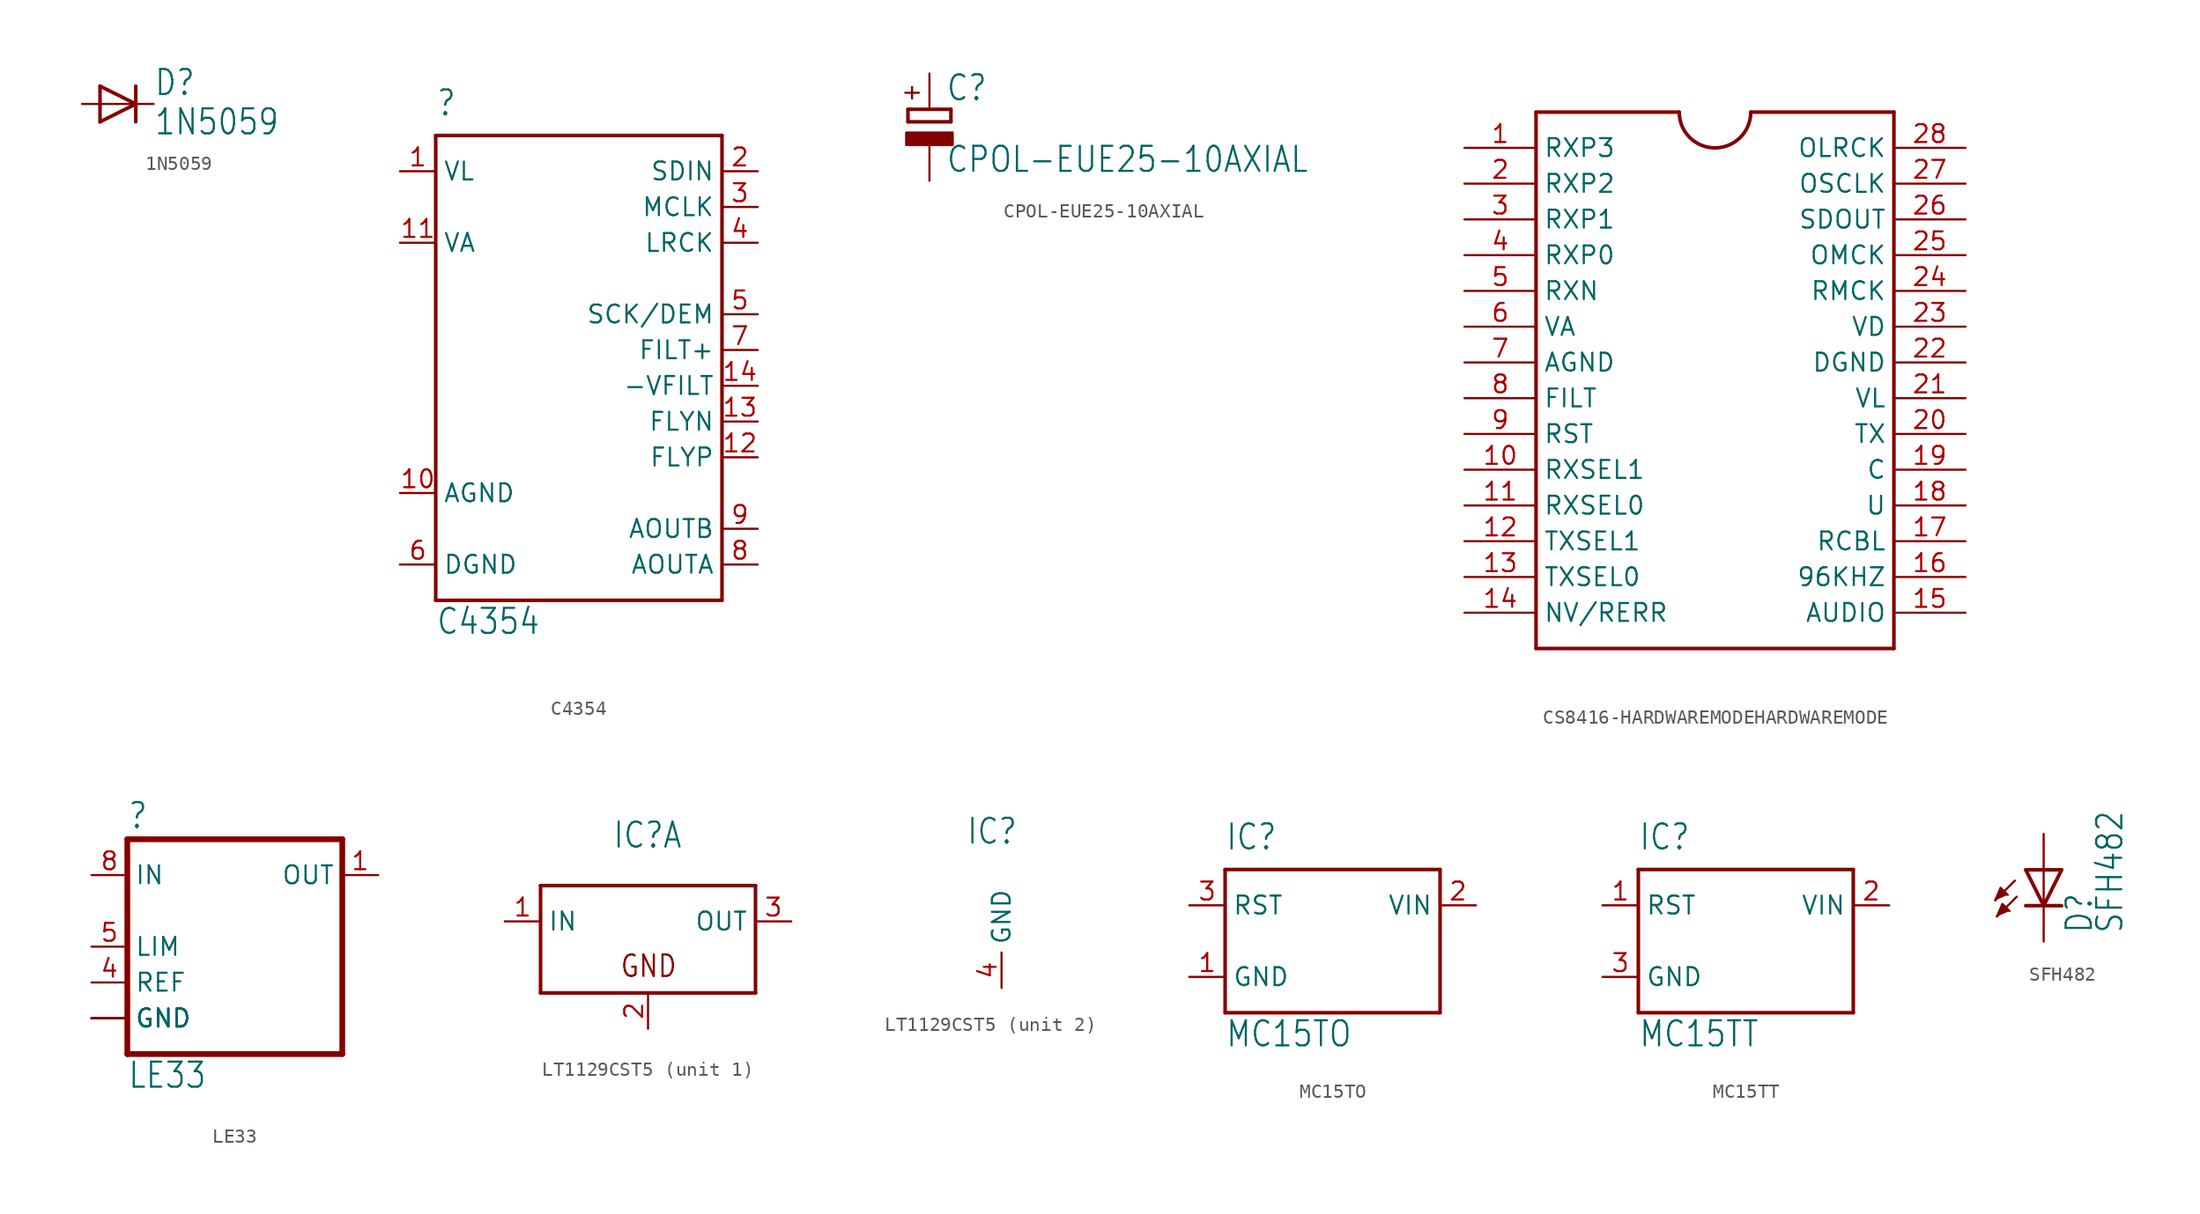
<source format=kicad_sym>
(kicad_symbol_lib
  (version 20211014)
  (generator kicad_symbol_editor)
  (symbol "1N5059"
    (property "Reference" "D"
      (at 2.54 0.483 0)
      (effects (font (size 1.778 1.511)) (justify left bottom)))
    (property "Value" "1N5059"
      (at 2.54 -2.311 0)
      (effects (font (size 1.778 1.511)) (justify left bottom)))
    (property "ki_locked" ""
      (at 0 0 0)
      (effects (font (size 1.27 1.27))))
    (symbol "1N5059_1_0"
      (polyline (pts (xy -1.27 -1.27) (xy 1.27 0)) (stroke (width 0.254) (type default) (color 0 0 0 0)) (fill (type none)))
      (polyline (pts (xy -1.27 1.27) (xy -1.27 -1.27)) (stroke (width 0.254) (type default) (color 0 0 0 0)) (fill (type none)))
      (polyline (pts (xy 1.27 0) (xy -1.27 1.27)) (stroke (width 0.254) (type default) (color 0 0 0 0)) (fill (type none)))
      (polyline (pts (xy 1.27 0) (xy 1.27 -1.27)) (stroke (width 0.254) (type default) (color 0 0 0 0)) (fill (type none)))
      (polyline (pts (xy 1.27 1.27) (xy 1.27 0)) (stroke (width 0.254) (type default) (color 0 0 0 0)) (fill (type none)))
      (pin passive line (at -2.54 0 0) (length 2.54) (name "A" (effects (font (size 0 0)))) (number "A" (effects (font (size 0 0)))))
      (pin passive line (at 2.54 0 180) (length 2.54) (name "C" (effects (font (size 0 0)))) (number "C" (effects (font (size 0 0)))))))
  (symbol "C4354"
    (property "Reference" ""
      (at -17.78 36.83 0)
      (effects (font (size 1.778 1.511)) (justify left bottom)))
    (property "Value" "C4354"
      (at -17.78 0 0)
      (effects (font (size 1.778 1.511)) (justify left bottom)))
    (property "ki_locked" ""
      (at 0 0 0)
      (effects (font (size 1.27 1.27))))
    (symbol "C4354_1_0"
      (polyline (pts (xy -17.78 2.54) (xy -17.78 35.56)) (stroke (width 0.254) (type default) (color 0 0 0 0)) (fill (type none)))
      (polyline (pts (xy -17.78 35.56) (xy 2.54 35.56)) (stroke (width 0.254) (type default) (color 0 0 0 0)) (fill (type none)))
      (polyline (pts (xy 2.54 2.54) (xy -17.78 2.54)) (stroke (width 0.254) (type default) (color 0 0 0 0)) (fill (type none)))
      (polyline (pts (xy 2.54 35.56) (xy 2.54 2.54)) (stroke (width 0.254) (type default) (color 0 0 0 0)) (fill (type none)))
      (pin power_in line (at -20.32 33.02 0) (length 2.54) (name "VL" (effects (font (size 1.27 1.27)))) (number "1" (effects (font (size 1.27 1.27)))))
      (pin power_in line (at -20.32 10.16 0) (length 2.54) (name "AGND" (effects (font (size 1.27 1.27)))) (number "10" (effects (font (size 1.27 1.27)))))
      (pin input line (at -20.32 27.94 0) (length 2.54) (name "VA" (effects (font (size 1.27 1.27)))) (number "11" (effects (font (size 1.27 1.27)))))
      (pin input line (at 5.08 12.7 180) (length 2.54) (name "FLYP" (effects (font (size 1.27 1.27)))) (number "12" (effects (font (size 1.27 1.27)))))
      (pin input line (at 5.08 15.24 180) (length 2.54) (name "FLYN" (effects (font (size 1.27 1.27)))) (number "13" (effects (font (size 1.27 1.27)))))
      (pin input line (at 5.08 17.78 180) (length 2.54) (name "-VFILT" (effects (font (size 1.27 1.27)))) (number "14" (effects (font (size 1.27 1.27)))))
      (pin output line (at 5.08 33.02 180) (length 2.54) (name "SDIN" (effects (font (size 1.27 1.27)))) (number "2" (effects (font (size 1.27 1.27)))))
      (pin bidirectional line (at 5.08 30.48 180) (length 2.54) (name "MCLK" (effects (font (size 1.27 1.27)))) (number "3" (effects (font (size 1.27 1.27)))))
      (pin bidirectional line (at 5.08 27.94 180) (length 2.54) (name "LRCK" (effects (font (size 1.27 1.27)))) (number "4" (effects (font (size 1.27 1.27)))))
      (pin input line (at 5.08 22.86 180) (length 2.54) (name "SCK/DEM" (effects (font (size 1.27 1.27)))) (number "5" (effects (font (size 1.27 1.27)))))
      (pin power_in line (at -20.32 5.08 0) (length 2.54) (name "DGND" (effects (font (size 1.27 1.27)))) (number "6" (effects (font (size 1.27 1.27)))))
      (pin input line (at 5.08 20.32 180) (length 2.54) (name "FILT+" (effects (font (size 1.27 1.27)))) (number "7" (effects (font (size 1.27 1.27)))))
      (pin bidirectional line (at 5.08 5.08 180) (length 2.54) (name "AOUTA" (effects (font (size 1.27 1.27)))) (number "8" (effects (font (size 1.27 1.27)))))
      (pin bidirectional line (at 5.08 7.62 180) (length 2.54) (name "AOUTB" (effects (font (size 1.27 1.27)))) (number "9" (effects (font (size 1.27 1.27)))))))
  (symbol "CPOL-EUE25-10AXIAL"
    (property "Reference" "C"
      (at 1.143 0.483 0)
      (effects (font (size 1.778 1.511)) (justify left bottom)))
    (property "Value" "CPOL-EUE25-10AXIAL"
      (at 1.143 -4.597 0)
      (effects (font (size 1.778 1.511)) (justify left bottom)))
    (property "ki_locked" ""
      (at 0 0 0)
      (effects (font (size 1.27 1.27))))
    (symbol "CPOL-EUE25-10AXIAL_1_0"
      (rectangle (start -1.651 -2.54) (end 1.651 -1.651) (stroke (width 0) (type default) (color 0 0 0 0)) (fill (type outline)))
      (polyline (pts (xy -1.524 -0.889) (xy 1.524 -0.889)) (stroke (width 0.254) (type default) (color 0 0 0 0)) (fill (type none)))
      (polyline (pts (xy -1.524 0) (xy -1.524 -0.889)) (stroke (width 0.254) (type default) (color 0 0 0 0)) (fill (type none)))
      (polyline (pts (xy -1.524 0) (xy 1.524 0)) (stroke (width 0.254) (type default) (color 0 0 0 0)) (fill (type none)))
      (polyline (pts (xy 1.524 -0.889) (xy 1.524 0)) (stroke (width 0.254) (type default) (color 0 0 0 0)) (fill (type none)))
      (text "+" (at -0.584 0.406 900) (effects (font (size 1.27 1.079)) (justify left bottom)))
      (pin passive line (at 0 2.54 270) (length 2.54) (name "+" (effects (font (size 0 0)))) (number "+" (effects (font (size 0 0)))))
      (pin passive line (at 0 -5.08 90) (length 2.54) (name "-" (effects (font (size 0 0)))) (number "-" (effects (font (size 0 0)))))))
  (symbol "CS8416-HARDWAREMODEHARDWAREMODE"
    (property "Reference" ""
      (at 0 0 0)
      (effects (font (size 1.27 1.27)) hide))
    (property "ki_locked" ""
      (at 0 0 0)
      (effects (font (size 1.27 1.27))))
    (symbol "CS8416-HARDWAREMODEHARDWAREMODE_1_0"
      (arc (start -2.54 22.86) (mid -1.7961 21.0639) (end 0 20.32) (stroke (width 0.254) (type default) (color 0 0 0 0)) (fill (type none)))
      (polyline (pts (xy -12.7 -15.24) (xy 12.7 -15.24)) (stroke (width 0.254) (type default) (color 0 0 0 0)) (fill (type none)))
      (polyline (pts (xy -12.7 22.86) (xy -12.7 -15.24)) (stroke (width 0.254) (type default) (color 0 0 0 0)) (fill (type none)))
      (polyline (pts (xy -2.54 22.86) (xy -12.7 22.86)) (stroke (width 0.254) (type default) (color 0 0 0 0)) (fill (type none)))
      (polyline (pts (xy 12.7 -15.24) (xy 12.7 22.86)) (stroke (width 0.254) (type default) (color 0 0 0 0)) (fill (type none)))
      (polyline (pts (xy 12.7 22.86) (xy 2.54 22.86)) (stroke (width 0.254) (type default) (color 0 0 0 0)) (fill (type none)))
      (arc (start 0 20.32) (mid 1.7961 21.0639) (end 2.54 22.86) (stroke (width 0.254) (type default) (color 0 0 0 0)) (fill (type none)))
      (pin bidirectional line (at -17.78 20.32 0) (length 5.08) (name "RXP3" (effects (font (size 1.27 1.27)))) (number "1" (effects (font (size 1.27 1.27)))))
      (pin bidirectional line (at -17.78 -2.54 0) (length 5.08) (name "RXSEL1" (effects (font (size 1.27 1.27)))) (number "10" (effects (font (size 1.27 1.27)))))
      (pin bidirectional line (at -17.78 -5.08 0) (length 5.08) (name "RXSEL0" (effects (font (size 1.27 1.27)))) (number "11" (effects (font (size 1.27 1.27)))))
      (pin bidirectional line (at -17.78 -7.62 0) (length 5.08) (name "TXSEL1" (effects (font (size 1.27 1.27)))) (number "12" (effects (font (size 1.27 1.27)))))
      (pin bidirectional line (at -17.78 -10.16 0) (length 5.08) (name "TXSEL0" (effects (font (size 1.27 1.27)))) (number "13" (effects (font (size 1.27 1.27)))))
      (pin bidirectional line (at -17.78 -12.7 0) (length 5.08) (name "NV/RERR" (effects (font (size 1.27 1.27)))) (number "14" (effects (font (size 1.27 1.27)))))
      (pin bidirectional line (at 17.78 -12.7 180) (length 5.08) (name "AUDIO" (effects (font (size 1.27 1.27)))) (number "15" (effects (font (size 1.27 1.27)))))
      (pin bidirectional line (at 17.78 -10.16 180) (length 5.08) (name "96KHZ" (effects (font (size 1.27 1.27)))) (number "16" (effects (font (size 1.27 1.27)))))
      (pin bidirectional line (at 17.78 -7.62 180) (length 5.08) (name "RCBL" (effects (font (size 1.27 1.27)))) (number "17" (effects (font (size 1.27 1.27)))))
      (pin bidirectional line (at 17.78 -5.08 180) (length 5.08) (name "U" (effects (font (size 1.27 1.27)))) (number "18" (effects (font (size 1.27 1.27)))))
      (pin bidirectional line (at 17.78 -2.54 180) (length 5.08) (name "C" (effects (font (size 1.27 1.27)))) (number "19" (effects (font (size 1.27 1.27)))))
      (pin bidirectional line (at -17.78 17.78 0) (length 5.08) (name "RXP2" (effects (font (size 1.27 1.27)))) (number "2" (effects (font (size 1.27 1.27)))))
      (pin bidirectional line (at 17.78 0 180) (length 5.08) (name "TX" (effects (font (size 1.27 1.27)))) (number "20" (effects (font (size 1.27 1.27)))))
      (pin bidirectional line (at 17.78 2.54 180) (length 5.08) (name "VL" (effects (font (size 1.27 1.27)))) (number "21" (effects (font (size 1.27 1.27)))))
      (pin bidirectional line (at 17.78 5.08 180) (length 5.08) (name "DGND" (effects (font (size 1.27 1.27)))) (number "22" (effects (font (size 1.27 1.27)))))
      (pin bidirectional line (at 17.78 7.62 180) (length 5.08) (name "VD" (effects (font (size 1.27 1.27)))) (number "23" (effects (font (size 1.27 1.27)))))
      (pin bidirectional line (at 17.78 10.16 180) (length 5.08) (name "RMCK" (effects (font (size 1.27 1.27)))) (number "24" (effects (font (size 1.27 1.27)))))
      (pin bidirectional line (at 17.78 12.7 180) (length 5.08) (name "OMCK" (effects (font (size 1.27 1.27)))) (number "25" (effects (font (size 1.27 1.27)))))
      (pin bidirectional line (at 17.78 15.24 180) (length 5.08) (name "SDOUT" (effects (font (size 1.27 1.27)))) (number "26" (effects (font (size 1.27 1.27)))))
      (pin bidirectional line (at 17.78 17.78 180) (length 5.08) (name "OSCLK" (effects (font (size 1.27 1.27)))) (number "27" (effects (font (size 1.27 1.27)))))
      (pin bidirectional line (at 17.78 20.32 180) (length 5.08) (name "OLRCK" (effects (font (size 1.27 1.27)))) (number "28" (effects (font (size 1.27 1.27)))))
      (pin bidirectional line (at -17.78 15.24 0) (length 5.08) (name "RXP1" (effects (font (size 1.27 1.27)))) (number "3" (effects (font (size 1.27 1.27)))))
      (pin bidirectional line (at -17.78 12.7 0) (length 5.08) (name "RXP0" (effects (font (size 1.27 1.27)))) (number "4" (effects (font (size 1.27 1.27)))))
      (pin bidirectional line (at -17.78 10.16 0) (length 5.08) (name "RXN" (effects (font (size 1.27 1.27)))) (number "5" (effects (font (size 1.27 1.27)))))
      (pin bidirectional line (at -17.78 7.62 0) (length 5.08) (name "VA" (effects (font (size 1.27 1.27)))) (number "6" (effects (font (size 1.27 1.27)))))
      (pin bidirectional line (at -17.78 5.08 0) (length 5.08) (name "AGND" (effects (font (size 1.27 1.27)))) (number "7" (effects (font (size 1.27 1.27)))))
      (pin bidirectional line (at -17.78 2.54 0) (length 5.08) (name "FILT" (effects (font (size 1.27 1.27)))) (number "8" (effects (font (size 1.27 1.27)))))
      (pin bidirectional line (at -17.78 0 0) (length 5.08) (name "RST" (effects (font (size 1.27 1.27)))) (number "9" (effects (font (size 1.27 1.27)))))))
  (symbol "LE33"
    (property "Reference" ""
      (at -7.62 8.255 0)
      (effects (font (size 1.778 1.511)) (justify left bottom)))
    (property "Value" "LE33"
      (at -7.62 -10.16 0)
      (effects (font (size 1.778 1.511)) (justify left bottom)))
    (property "ki_locked" ""
      (at 0 0 0)
      (effects (font (size 1.27 1.27))))
    (symbol "LE33_1_0"
      (polyline (pts (xy -7.62 -7.62) (xy 7.62 -7.62)) (stroke (width 0.406) (type default) (color 0 0 0 0)) (fill (type none)))
      (polyline (pts (xy -7.62 7.62) (xy -7.62 -7.62)) (stroke (width 0.406) (type default) (color 0 0 0 0)) (fill (type none)))
      (polyline (pts (xy 7.62 -7.62) (xy 7.62 7.62)) (stroke (width 0.406) (type default) (color 0 0 0 0)) (fill (type none)))
      (polyline (pts (xy 7.62 7.62) (xy -7.62 7.62)) (stroke (width 0.406) (type default) (color 0 0 0 0)) (fill (type none)))
      (pin passive line (at 10.16 5.08 180) (length 2.54) (name "OUT" (effects (font (size 1.27 1.27)))) (number "1" (effects (font (size 1.27 1.27)))))
      (pin passive line (at -10.16 -5.08 0) (length 2.54) (name "GND" (effects (font (size 1.27 1.27)))) (number "2" (effects (font (size 0 0)))))
      (pin passive line (at -10.16 -5.08 0) (length 2.54) (name "GND" (effects (font (size 1.27 1.27)))) (number "3" (effects (font (size 0 0)))))
      (pin input line (at -10.16 -2.54 0) (length 2.54) (name "REF" (effects (font (size 1.27 1.27)))) (number "4" (effects (font (size 1.27 1.27)))))
      (pin input line (at -10.16 0 0) (length 2.54) (name "LIM" (effects (font (size 1.27 1.27)))) (number "5" (effects (font (size 1.27 1.27)))))
      (pin passive line (at -10.16 -5.08 0) (length 2.54) (name "GND" (effects (font (size 1.27 1.27)))) (number "6" (effects (font (size 0 0)))))
      (pin passive line (at -10.16 -5.08 0) (length 2.54) (name "GND" (effects (font (size 1.27 1.27)))) (number "7" (effects (font (size 0 0)))))
      (pin input line (at -10.16 5.08 0) (length 2.54) (name "IN" (effects (font (size 1.27 1.27)))) (number "8" (effects (font (size 1.27 1.27)))))))
  (symbol "LT1129CST5"
    (property "Reference" "IC"
      (at -2.54 7.62 0)
      (effects (font (size 1.778 1.511)) (justify left bottom)))
    (property "ki_locked" ""
      (at 0 0 0)
      (effects (font (size 1.27 1.27))))
    (symbol "LT1129CST5_1_0"
      (polyline (pts (xy -7.62 -2.54) (xy -7.62 5.08)) (stroke (width 0.254) (type default) (color 0 0 0 0)) (fill (type none)))
      (polyline (pts (xy -7.62 5.08) (xy 7.62 5.08)) (stroke (width 0.254) (type default) (color 0 0 0 0)) (fill (type none)))
      (polyline (pts (xy 7.62 -2.54) (xy -7.62 -2.54)) (stroke (width 0.254) (type default) (color 0 0 0 0)) (fill (type none)))
      (polyline (pts (xy 7.62 5.08) (xy 7.62 -2.54)) (stroke (width 0.254) (type default) (color 0 0 0 0)) (fill (type none)))
      (text "GND" (at -2.032 -1.524 0) (effects (font (size 1.524 1.295)) (justify left bottom)))
      (pin input line (at -10.16 2.54 0) (length 2.54) (name "IN" (effects (font (size 1.27 1.27)))) (number "1" (effects (font (size 1.27 1.27)))))
      (pin power_in line (at 0 -5.08 90) (length 2.54) (name "GND" (effects (font (size 0 0)))) (number "2" (effects (font (size 1.27 1.27)))))
      (pin output line (at 10.16 2.54 180) (length 2.54) (name "OUT" (effects (font (size 1.27 1.27)))) (number "3" (effects (font (size 1.27 1.27))))))
    (symbol "LT1129CST5_2_0"
      (pin power_in line (at 0 -2.54 90) (length 2.54) (name "GND" (effects (font (size 1.27 1.27)))) (number "4" (effects (font (size 1.27 1.27)))))))
  (symbol "MC15TO"
    (property "Reference" "IC"
      (at -7.62 6.35 0)
      (effects (font (size 1.778 1.511)) (justify left bottom)))
    (property "Value" "MC15TO"
      (at -7.62 -7.62 0)
      (effects (font (size 1.778 1.511)) (justify left bottom)))
    (property "ki_locked" ""
      (at 0 0 0)
      (effects (font (size 1.27 1.27))))
    (symbol "MC15TO_1_0"
      (polyline (pts (xy -7.62 -5.08) (xy -7.62 5.08)) (stroke (width 0.254) (type default) (color 0 0 0 0)) (fill (type none)))
      (polyline (pts (xy -7.62 5.08) (xy 7.62 5.08)) (stroke (width 0.254) (type default) (color 0 0 0 0)) (fill (type none)))
      (polyline (pts (xy 7.62 -5.08) (xy -7.62 -5.08)) (stroke (width 0.254) (type default) (color 0 0 0 0)) (fill (type none)))
      (polyline (pts (xy 7.62 5.08) (xy 7.62 -5.08)) (stroke (width 0.254) (type default) (color 0 0 0 0)) (fill (type none)))
      (pin passive line (at -10.16 -2.54 0) (length 2.54) (name "GND" (effects (font (size 1.27 1.27)))) (number "1" (effects (font (size 1.27 1.27)))))
      (pin output line (at 10.16 2.54 180) (length 2.54) (name "VIN" (effects (font (size 1.27 1.27)))) (number "2" (effects (font (size 1.27 1.27)))))
      (pin input line (at -10.16 2.54 0) (length 2.54) (name "RST" (effects (font (size 1.27 1.27)))) (number "3" (effects (font (size 1.27 1.27)))))))
  (symbol "MC15TT"
    (property "Reference" "IC"
      (at -7.62 6.35 0)
      (effects (font (size 1.778 1.511)) (justify left bottom)))
    (property "Value" "MC15TT"
      (at -7.62 -7.62 0)
      (effects (font (size 1.778 1.511)) (justify left bottom)))
    (property "ki_locked" ""
      (at 0 0 0)
      (effects (font (size 1.27 1.27))))
    (symbol "MC15TT_1_0"
      (polyline (pts (xy -7.62 -5.08) (xy -7.62 5.08)) (stroke (width 0.254) (type default) (color 0 0 0 0)) (fill (type none)))
      (polyline (pts (xy -7.62 5.08) (xy 7.62 5.08)) (stroke (width 0.254) (type default) (color 0 0 0 0)) (fill (type none)))
      (polyline (pts (xy 7.62 -5.08) (xy -7.62 -5.08)) (stroke (width 0.254) (type default) (color 0 0 0 0)) (fill (type none)))
      (polyline (pts (xy 7.62 5.08) (xy 7.62 -5.08)) (stroke (width 0.254) (type default) (color 0 0 0 0)) (fill (type none)))
      (pin input line (at -10.16 2.54 0) (length 2.54) (name "RST" (effects (font (size 1.27 1.27)))) (number "1" (effects (font (size 1.27 1.27)))))
      (pin output line (at 10.16 2.54 180) (length 2.54) (name "VIN" (effects (font (size 1.27 1.27)))) (number "2" (effects (font (size 1.27 1.27)))))
      (pin passive line (at -10.16 -2.54 0) (length 2.54) (name "GND" (effects (font (size 1.27 1.27)))) (number "3" (effects (font (size 1.27 1.27)))))))
  (symbol "SFH482"
    (property "Reference" "D"
      (at 3.556 -4.572 90)
      (effects (font (size 1.778 1.511)) (justify left bottom)))
    (property "Value" "SFH482"
      (at 5.715 -4.572 90)
      (effects (font (size 1.778 1.511)) (justify left bottom)))
    (property "ki_locked" ""
      (at 0 0 0)
      (effects (font (size 1.27 1.27))))
    (symbol "SFH482_1_0"
      (polyline (pts (xy -2.032 -0.762) (xy -3.429 -2.159)) (stroke (width 0.152) (type default) (color 0 0 0 0)) (fill (type none)))
      (polyline (pts (xy -1.905 -1.905) (xy -3.302 -3.302)) (stroke (width 0.152) (type default) (color 0 0 0 0)) (fill (type none)))
      (polyline (pts (xy 0 -2.54) (xy -1.27 -2.54)) (stroke (width 0.254) (type default) (color 0 0 0 0)) (fill (type none)))
      (polyline (pts (xy 0 -2.54) (xy -1.27 0)) (stroke (width 0.254) (type default) (color 0 0 0 0)) (fill (type none)))
      (polyline (pts (xy 0 0) (xy -1.27 0)) (stroke (width 0.254) (type default) (color 0 0 0 0)) (fill (type none)))
      (polyline (pts (xy 0 0) (xy 0 -2.54)) (stroke (width 0.152) (type default) (color 0 0 0 0)) (fill (type none)))
      (polyline (pts (xy 1.27 -2.54) (xy 0 -2.54)) (stroke (width 0.254) (type default) (color 0 0 0 0)) (fill (type none)))
      (polyline (pts (xy 1.27 0) (xy 0 -2.54)) (stroke (width 0.254) (type default) (color 0 0 0 0)) (fill (type none)))
      (polyline (pts (xy 1.27 0) (xy 0 0)) (stroke (width 0.254) (type default) (color 0 0 0 0)) (fill (type none)))
      (polyline (pts (xy -3.429 -2.159) (xy -3.048 -1.27) (xy -2.54 -1.778)) (stroke (width 0) (type default) (color 0 0 0 0)) (fill (type outline)))
      (polyline (pts (xy -3.302 -3.302) (xy -2.921 -2.413) (xy -2.413 -2.921)) (stroke (width 0) (type default) (color 0 0 0 0)) (fill (type outline)))
      (pin passive line (at 0 2.54 270) (length 2.54) (name "A" (effects (font (size 0 0)))) (number "A" (effects (font (size 0 0)))))
      (pin passive line (at 0 -5.08 90) (length 2.54) (name "C" (effects (font (size 0 0)))) (number "K" (effects (font (size 0 0))))))))
</source>
